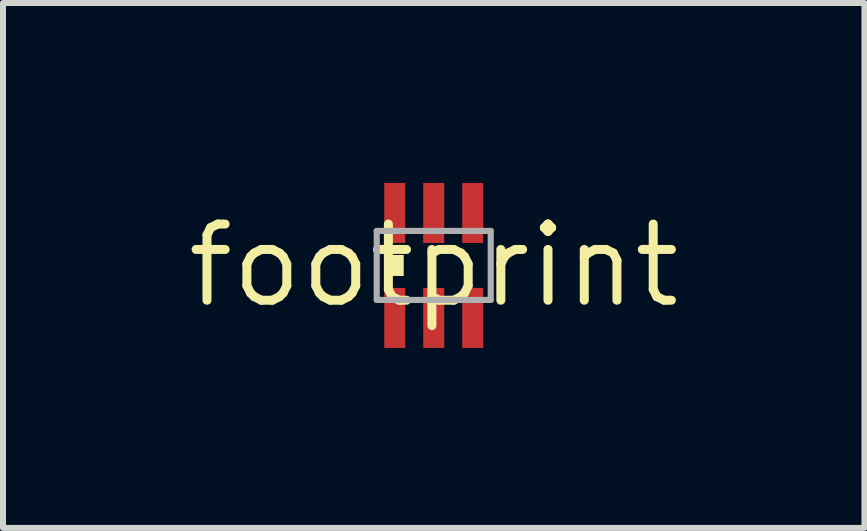
<source format=kicad_pcb>
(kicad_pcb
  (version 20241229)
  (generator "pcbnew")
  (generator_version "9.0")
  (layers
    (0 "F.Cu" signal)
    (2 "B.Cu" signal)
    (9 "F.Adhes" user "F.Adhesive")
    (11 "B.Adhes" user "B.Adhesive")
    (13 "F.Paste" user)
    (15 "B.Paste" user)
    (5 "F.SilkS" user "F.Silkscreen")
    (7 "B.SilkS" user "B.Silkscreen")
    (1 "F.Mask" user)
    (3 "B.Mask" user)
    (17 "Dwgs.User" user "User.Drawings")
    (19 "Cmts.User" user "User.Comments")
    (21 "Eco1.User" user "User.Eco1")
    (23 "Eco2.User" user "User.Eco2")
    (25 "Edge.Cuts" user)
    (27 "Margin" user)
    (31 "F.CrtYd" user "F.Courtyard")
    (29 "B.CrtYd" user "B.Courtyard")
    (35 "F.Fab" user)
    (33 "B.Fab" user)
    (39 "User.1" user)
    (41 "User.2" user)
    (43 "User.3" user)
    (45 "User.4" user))
  (footprint "footprint"
    (layer "F.Cu")
    (at 4.18 1.375)
    (property "Reference" "footprint" (at 0 0 0) (layer "F.SilkS") (effects (font (size 1.27 1.27) (thickness 0.15))))
    (fp_poly (pts (xy -0.775 0.175) (xy -0.5 0.175) (xy -0.5 -0.175) (xy -0.775 -0.175)) (stroke (width 0) (type solid)) (fill yes) (layer "F.SilkS"))
    (fp_line (start -0.95 -0.575) (end 0.95 -0.575) (stroke (width 0.102) (type solid)) (layer "F.Fab"))
    (fp_line (start -0.95 0.575) (end -0.95 -0.575) (stroke (width 0.102) (type solid)) (layer "F.Fab"))
    (fp_line (start 0.95 -0.575) (end 0.95 0.575) (stroke (width 0.102) (type solid)) (layer "F.Fab"))
    (fp_line (start 0.95 0.575) (end -0.95 0.575) (stroke (width 0.102) (type solid)) (layer "F.Fab"))
    (pad "1" smd rect (at -0.65 0.875) (size 0.35 1) (layers "F.Cu" "F.Mask" "F.Paste"))
    (pad "2" smd rect (at 0 0.875) (size 0.35 1) (layers "F.Cu" "F.Mask" "F.Paste"))
    (pad "3" smd rect (at 0.65 0.875) (size 0.35 1) (layers "F.Cu" "F.Mask" "F.Paste"))
    (pad "4" smd rect (at 0.65 -0.875 180) (size 0.35 1) (layers "F.Cu" "F.Mask" "F.Paste"))
    (pad "5" smd rect (at 0 -0.875 180) (size 0.35 1) (layers "F.Cu" "F.Mask" "F.Paste"))
    (pad "6" smd rect (at -0.65 -0.875 180) (size 0.35 1) (layers "F.Cu" "F.Mask" "F.Paste")))
  (gr_rect
    (start -3 -3)
    (end 11.36 5.75)
    (stroke (width 0.1) (type default))
    (fill no)
    (layer "Edge.Cuts")))
</source>
